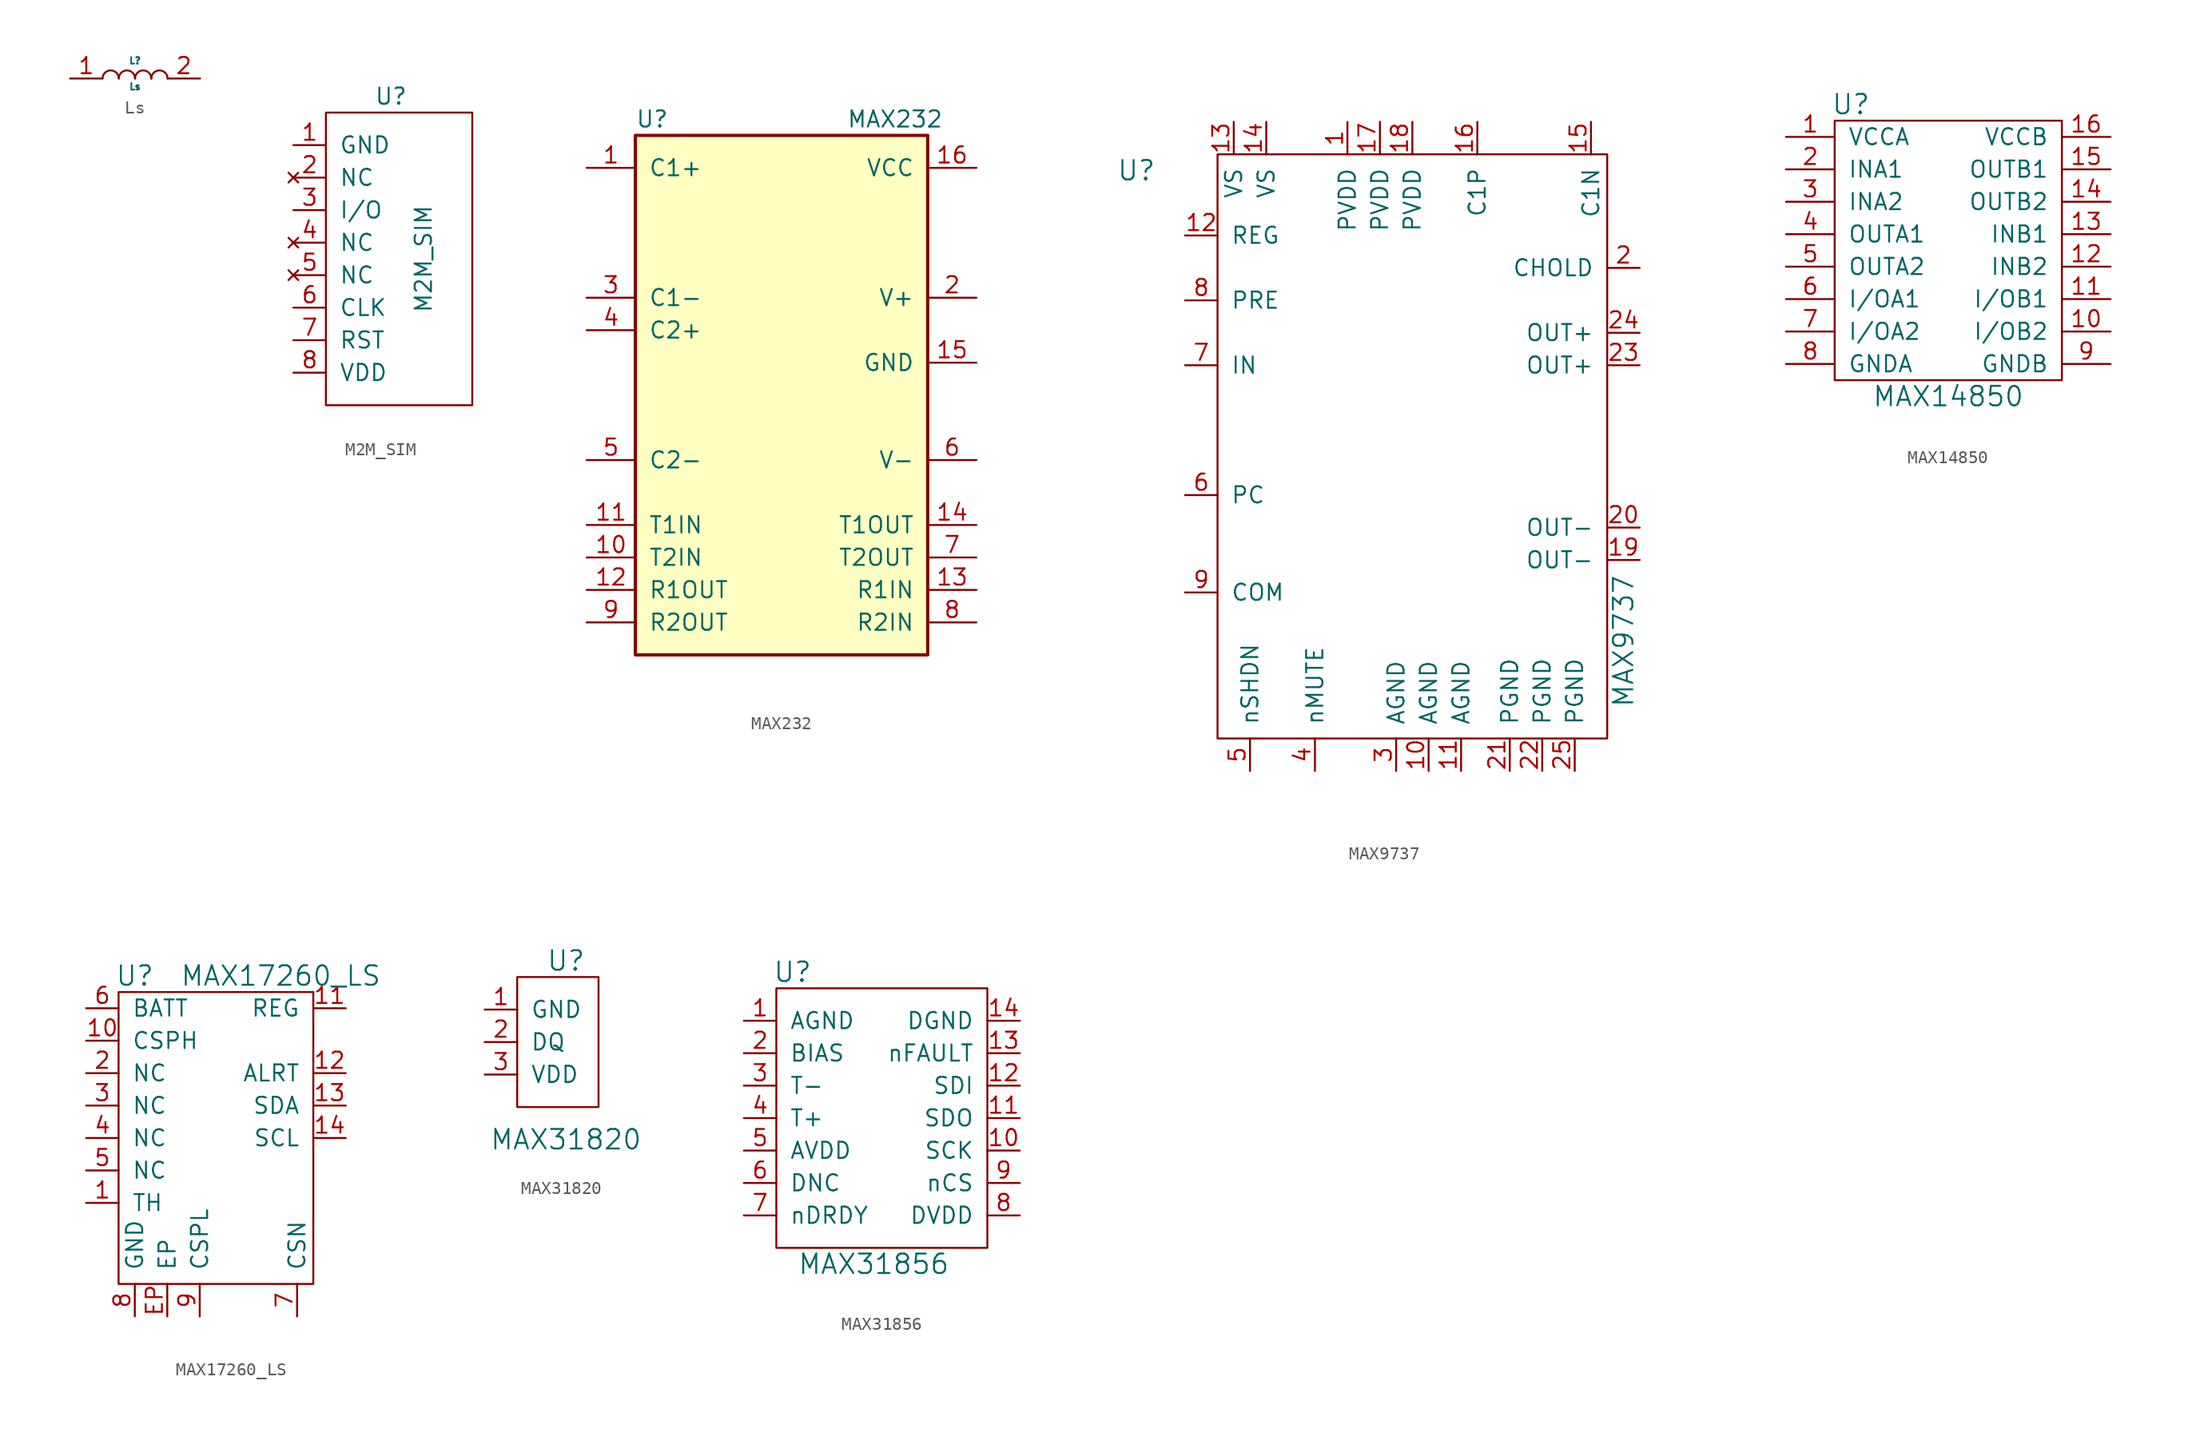
<source format=kicad_sym>
(kicad_symbol_lib
  (version 20210619)
  (generator kicad_symbol_editor)
  (symbol "tinkerforge:Ls"
    (pin_names
      (offset 1.016))
    (property "Reference" "L"
      (at 0 1.397 0)
      (effects (font (size 0.508 0.508))))
    (property "Value" "Ls"
      (at 0 -0.635 0)
      (effects (font (size 0.508 0.508))))
    (symbol "Ls_0_1"
      (arc (start -1.27 0) (end -2.54 0) (radius (at -1.905 0) (length 0.635) (angles 0.1 179.9)) (stroke (width 0)) (fill (type none)))
      (arc (start 0 0) (end -1.27 0) (radius (at -0.635 0) (length 0.635) (angles 0.1 179.9)) (stroke (width 0)) (fill (type none)))
      (arc (start 1.27 0) (end 0 0) (radius (at 0.635 0) (length 0.635) (angles 0.1 179.9)) (stroke (width 0)) (fill (type none)))
      (arc (start 2.54 0) (end 1.27 0) (radius (at 1.905 0) (length 0.635) (angles 0.1 179.9)) (stroke (width 0)) (fill (type none))))
    (symbol "Ls_1_1"
      (pin passive line (at -5.08 0 0) (length 2.54) (name "~" (effects (font (size 1.27 1.27)))) (number "1" (effects (font (size 1.27 1.27)))))
      (pin passive line (at 5.08 0 180) (length 2.54) (name "~" (effects (font (size 1.27 1.27)))) (number "2" (effects (font (size 1.27 1.27)))))))
  (symbol "tinkerforge:M2M_SIM"
    (pin_names
      (offset 1.016))
    (property "Reference" "U"
      (at 0 12.7 0)
      (effects (font (size 1.27 1.27))))
    (property "Value" "M2M_SIM"
      (at 2.54 0 90)
      (effects (font (size 1.27 1.27))))
    (symbol "M2M_SIM_0_1"
      (rectangle (start -5.08 11.43) (end 6.35 -11.43) (stroke (width 0)) (fill (type none))))
    (symbol "M2M_SIM_1_1"
      (pin passive line (at -7.62 8.89 0) (length 2.54) (name "GND" (effects (font (size 1.27 1.27)))) (number "1" (effects (font (size 1.27 1.27)))))
      (pin no_connect line (at -7.62 6.35 0) (length 2.54) (name "NC" (effects (font (size 1.27 1.27)))) (number "2" (effects (font (size 1.27 1.27)))))
      (pin bidirectional line (at -7.62 3.81 0) (length 2.54) (name "I/O" (effects (font (size 1.27 1.27)))) (number "3" (effects (font (size 1.27 1.27)))))
      (pin no_connect line (at -7.62 1.27 0) (length 2.54) (name "NC" (effects (font (size 1.27 1.27)))) (number "4" (effects (font (size 1.27 1.27)))))
      (pin no_connect line (at -7.62 -1.27 0) (length 2.54) (name "NC" (effects (font (size 1.27 1.27)))) (number "5" (effects (font (size 1.27 1.27)))))
      (pin input line (at -7.62 -3.81 0) (length 2.54) (name "CLK" (effects (font (size 1.27 1.27)))) (number "6" (effects (font (size 1.27 1.27)))))
      (pin input line (at -7.62 -6.35 0) (length 2.54) (name "RST" (effects (font (size 1.27 1.27)))) (number "7" (effects (font (size 1.27 1.27)))))
      (pin passive line (at -7.62 -8.89 0) (length 2.54) (name "VDD" (effects (font (size 1.27 1.27)))) (number "8" (effects (font (size 1.27 1.27)))))))
  (symbol "tinkerforge:MAX232"
    (pin_names
      (offset 1.016))
    (property "Reference" "U"
      (at -11.43 21.59 0)
      (effects (font (size 1.27 1.27)) (justify left)))
    (property "Value" "MAX232"
      (at 5.08 21.59 0)
      (effects (font (size 1.27 1.27)) (justify left)))
    (property "Footprint" ""
      (at 0 0 0)
      (effects (font (size 1.27 1.27))))
    (property "Datasheet" ""
      (at 0 0 0)
      (effects (font (size 1.27 1.27))))
    (symbol "MAX232_0_1"
      (rectangle (start -11.43 -20.32) (end 11.43 20.32) (stroke (width 0.254)) (fill (type background))))
    (symbol "MAX232_1_1"
      (pin passive line (at -15.24 17.78 0) (length 3.81) (name "C1+" (effects (font (size 1.27 1.27)))) (number "1" (effects (font (size 1.27 1.27)))))
      (pin input line (at -15.24 -12.7 0) (length 3.81) (name "T2IN" (effects (font (size 1.27 1.27)))) (number "10" (effects (font (size 1.27 1.27)))))
      (pin input line (at -15.24 -10.16 0) (length 3.81) (name "T1IN" (effects (font (size 1.27 1.27)))) (number "11" (effects (font (size 1.27 1.27)))))
      (pin output line (at -15.24 -15.24 0) (length 3.81) (name "R1OUT" (effects (font (size 1.27 1.27)))) (number "12" (effects (font (size 1.27 1.27)))))
      (pin input line (at 15.24 -15.24 180) (length 3.81) (name "R1IN" (effects (font (size 1.27 1.27)))) (number "13" (effects (font (size 1.27 1.27)))))
      (pin output line (at 15.24 -10.16 180) (length 3.81) (name "T1OUT" (effects (font (size 1.27 1.27)))) (number "14" (effects (font (size 1.27 1.27)))))
      (pin passive line (at 15.24 2.54 180) (length 3.81) (name "GND" (effects (font (size 1.27 1.27)))) (number "15" (effects (font (size 1.27 1.27)))))
      (pin passive line (at 15.24 17.78 180) (length 3.81) (name "VCC" (effects (font (size 1.27 1.27)))) (number "16" (effects (font (size 1.27 1.27)))))
      (pin passive line (at 15.24 7.62 180) (length 3.81) (name "V+" (effects (font (size 1.27 1.27)))) (number "2" (effects (font (size 1.27 1.27)))))
      (pin passive line (at -15.24 7.62 0) (length 3.81) (name "C1-" (effects (font (size 1.27 1.27)))) (number "3" (effects (font (size 1.27 1.27)))))
      (pin passive line (at -15.24 5.08 0) (length 3.81) (name "C2+" (effects (font (size 1.27 1.27)))) (number "4" (effects (font (size 1.27 1.27)))))
      (pin passive line (at -15.24 -5.08 0) (length 3.81) (name "C2-" (effects (font (size 1.27 1.27)))) (number "5" (effects (font (size 1.27 1.27)))))
      (pin passive line (at 15.24 -5.08 180) (length 3.81) (name "V-" (effects (font (size 1.27 1.27)))) (number "6" (effects (font (size 1.27 1.27)))))
      (pin output line (at 15.24 -12.7 180) (length 3.81) (name "T2OUT" (effects (font (size 1.27 1.27)))) (number "7" (effects (font (size 1.27 1.27)))))
      (pin input line (at 15.24 -17.78 180) (length 3.81) (name "R2IN" (effects (font (size 1.27 1.27)))) (number "8" (effects (font (size 1.27 1.27)))))
      (pin output line (at -15.24 -17.78 0) (length 3.81) (name "R2OUT" (effects (font (size 1.27 1.27)))) (number "9" (effects (font (size 1.27 1.27)))))))
  (symbol "tinkerforge:MAX9737"
    (pin_names
      (offset 1.016))
    (property "Reference" "U"
      (at -21.59 21.59 0)
      (effects (font (size 1.524 1.524))))
    (property "Value" "MAX9737"
      (at 16.51 -15.24 90)
      (effects (font (size 1.524 1.524))))
    (property "Footprint" ""
      (at 6.35 -10.16 0)
      (effects (font (size 1.524 1.524))))
    (property "Datasheet" ""
      (at 6.35 -10.16 0)
      (effects (font (size 1.524 1.524))))
    (symbol "MAX9737_0_1"
      (rectangle (start -15.24 22.86) (end 15.24 -22.86) (stroke (width 0)) (fill (type none))))
    (symbol "MAX9737_1_1"
      (pin passive line (at -5.08 25.4 270) (length 2.54) (name "PVDD" (effects (font (size 1.27 1.27)))) (number "1" (effects (font (size 1.27 1.27)))))
      (pin passive line (at 1.27 -25.4 90) (length 2.54) (name "AGND" (effects (font (size 1.27 1.27)))) (number "10" (effects (font (size 1.27 1.27)))))
      (pin passive line (at 3.81 -25.4 90) (length 2.54) (name "AGND" (effects (font (size 1.27 1.27)))) (number "11" (effects (font (size 1.27 1.27)))))
      (pin passive line (at -17.78 16.51 0) (length 2.54) (name "REG" (effects (font (size 1.27 1.27)))) (number "12" (effects (font (size 1.27 1.27)))))
      (pin passive line (at -13.97 25.4 270) (length 2.54) (name "VS" (effects (font (size 1.27 1.27)))) (number "13" (effects (font (size 1.27 1.27)))))
      (pin passive line (at -11.43 25.4 270) (length 2.54) (name "VS" (effects (font (size 1.27 1.27)))) (number "14" (effects (font (size 1.27 1.27)))))
      (pin passive line (at 13.97 25.4 270) (length 2.54) (name "C1N" (effects (font (size 1.27 1.27)))) (number "15" (effects (font (size 1.27 1.27)))))
      (pin passive line (at 5.08 25.4 270) (length 2.54) (name "C1P" (effects (font (size 1.27 1.27)))) (number "16" (effects (font (size 1.27 1.27)))))
      (pin passive line (at -2.54 25.4 270) (length 2.54) (name "PVDD" (effects (font (size 1.27 1.27)))) (number "17" (effects (font (size 1.27 1.27)))))
      (pin passive line (at 0 25.4 270) (length 2.54) (name "PVDD" (effects (font (size 1.27 1.27)))) (number "18" (effects (font (size 1.27 1.27)))))
      (pin passive line (at 17.78 -8.89 180) (length 2.54) (name "OUT-" (effects (font (size 1.27 1.27)))) (number "19" (effects (font (size 1.27 1.27)))))
      (pin passive line (at 17.78 13.97 180) (length 2.54) (name "CHOLD" (effects (font (size 1.27 1.27)))) (number "2" (effects (font (size 1.27 1.27)))))
      (pin passive line (at 17.78 -6.35 180) (length 2.54) (name "OUT-" (effects (font (size 1.27 1.27)))) (number "20" (effects (font (size 1.27 1.27)))))
      (pin passive line (at 7.62 -25.4 90) (length 2.54) (name "PGND" (effects (font (size 1.27 1.27)))) (number "21" (effects (font (size 1.27 1.27)))))
      (pin passive line (at 10.16 -25.4 90) (length 2.54) (name "PGND" (effects (font (size 1.27 1.27)))) (number "22" (effects (font (size 1.27 1.27)))))
      (pin passive line (at 17.78 6.35 180) (length 2.54) (name "OUT+" (effects (font (size 1.27 1.27)))) (number "23" (effects (font (size 1.27 1.27)))))
      (pin passive line (at 17.78 8.89 180) (length 2.54) (name "OUT+" (effects (font (size 1.27 1.27)))) (number "24" (effects (font (size 1.27 1.27)))))
      (pin passive line (at 12.7 -25.4 90) (length 2.54) (name "PGND" (effects (font (size 1.27 1.27)))) (number "25" (effects (font (size 1.27 1.27)))))
      (pin passive line (at -1.27 -25.4 90) (length 2.54) (name "AGND" (effects (font (size 1.27 1.27)))) (number "3" (effects (font (size 1.27 1.27)))))
      (pin passive line (at -7.62 -25.4 90) (length 2.54) (name "nMUTE" (effects (font (size 1.27 1.27)))) (number "4" (effects (font (size 1.27 1.27)))))
      (pin passive line (at -12.7 -25.4 90) (length 2.54) (name "nSHDN" (effects (font (size 1.27 1.27)))) (number "5" (effects (font (size 1.27 1.27)))))
      (pin passive line (at -17.78 -3.81 0) (length 2.54) (name "PC" (effects (font (size 1.27 1.27)))) (number "6" (effects (font (size 1.27 1.27)))))
      (pin passive line (at -17.78 6.35 0) (length 2.54) (name "IN" (effects (font (size 1.27 1.27)))) (number "7" (effects (font (size 1.27 1.27)))))
      (pin passive line (at -17.78 11.43 0) (length 2.54) (name "PRE" (effects (font (size 1.27 1.27)))) (number "8" (effects (font (size 1.27 1.27)))))
      (pin passive line (at -17.78 -11.43 0) (length 2.54) (name "COM" (effects (font (size 1.27 1.27)))) (number "9" (effects (font (size 1.27 1.27)))))))
  (symbol "tinkerforge:MAX14850"
    (pin_names
      (offset 1.016))
    (property "Reference" "U"
      (at -7.62 11.43 0)
      (effects (font (size 1.524 1.524))))
    (property "Value" "MAX14850"
      (at 0 -11.43 0)
      (effects (font (size 1.524 1.524))))
    (property "Footprint" ""
      (at 6.35 12.7 0)
      (effects (font (size 1.524 1.524))))
    (property "Datasheet" ""
      (at 6.35 12.7 0)
      (effects (font (size 1.524 1.524))))
    (symbol "MAX14850_0_1"
      (rectangle (start -8.89 10.16) (end 8.89 -10.16) (stroke (width 0)) (fill (type none))))
    (symbol "MAX14850_1_1"
      (pin passive line (at -12.7 8.89 0) (length 3.81) (name "VCCA" (effects (font (size 1.27 1.27)))) (number "1" (effects (font (size 1.27 1.27)))))
      (pin passive line (at 12.7 -6.35 180) (length 3.81) (name "I/OB2" (effects (font (size 1.27 1.27)))) (number "10" (effects (font (size 1.27 1.27)))))
      (pin passive line (at 12.7 -3.81 180) (length 3.81) (name "I/OB1" (effects (font (size 1.27 1.27)))) (number "11" (effects (font (size 1.27 1.27)))))
      (pin passive line (at 12.7 -1.27 180) (length 3.81) (name "INB2" (effects (font (size 1.27 1.27)))) (number "12" (effects (font (size 1.27 1.27)))))
      (pin passive line (at 12.7 1.27 180) (length 3.81) (name "INB1" (effects (font (size 1.27 1.27)))) (number "13" (effects (font (size 1.27 1.27)))))
      (pin passive line (at 12.7 3.81 180) (length 3.81) (name "OUTB2" (effects (font (size 1.27 1.27)))) (number "14" (effects (font (size 1.27 1.27)))))
      (pin passive line (at 12.7 6.35 180) (length 3.81) (name "OUTB1" (effects (font (size 1.27 1.27)))) (number "15" (effects (font (size 1.27 1.27)))))
      (pin passive line (at 12.7 8.89 180) (length 3.81) (name "VCCB" (effects (font (size 1.27 1.27)))) (number "16" (effects (font (size 1.27 1.27)))))
      (pin passive line (at -12.7 6.35 0) (length 3.81) (name "INA1" (effects (font (size 1.27 1.27)))) (number "2" (effects (font (size 1.27 1.27)))))
      (pin passive line (at -12.7 3.81 0) (length 3.81) (name "INA2" (effects (font (size 1.27 1.27)))) (number "3" (effects (font (size 1.27 1.27)))))
      (pin passive line (at -12.7 1.27 0) (length 3.81) (name "OUTA1" (effects (font (size 1.27 1.27)))) (number "4" (effects (font (size 1.27 1.27)))))
      (pin passive line (at -12.7 -1.27 0) (length 3.81) (name "OUTA2" (effects (font (size 1.27 1.27)))) (number "5" (effects (font (size 1.27 1.27)))))
      (pin passive line (at -12.7 -3.81 0) (length 3.81) (name "I/OA1" (effects (font (size 1.27 1.27)))) (number "6" (effects (font (size 1.27 1.27)))))
      (pin passive line (at -12.7 -6.35 0) (length 3.81) (name "I/OA2" (effects (font (size 1.27 1.27)))) (number "7" (effects (font (size 1.27 1.27)))))
      (pin passive line (at -12.7 -8.89 0) (length 3.81) (name "GNDA" (effects (font (size 1.27 1.27)))) (number "8" (effects (font (size 1.27 1.27)))))
      (pin passive line (at 12.7 -8.89 180) (length 3.81) (name "GNDB" (effects (font (size 1.27 1.27)))) (number "9" (effects (font (size 1.27 1.27)))))))
  (symbol "tinkerforge:MAX17260_LS"
    (pin_names
      (offset 1.016))
    (property "Reference" "U"
      (at -6.35 11.43 0)
      (effects (font (size 1.524 1.524))))
    (property "Value" "MAX17260_LS"
      (at 5.08 11.43 0)
      (effects (font (size 1.524 1.524))))
    (symbol "MAX17260_LS_0_1"
      (rectangle (start -7.62 10.16) (end 7.62 -12.7) (stroke (width 0)) (fill (type none))))
    (symbol "MAX17260_LS_1_1"
      (pin input line (at -10.16 -6.35 0) (length 2.54) (name "TH" (effects (font (size 1.27 1.27)))) (number "1" (effects (font (size 1.27 1.27)))))
      (pin input line (at -10.16 6.35 0) (length 2.54) (name "CSPH" (effects (font (size 1.27 1.27)))) (number "10" (effects (font (size 1.27 1.27)))))
      (pin input line (at 10.16 8.89 180) (length 2.54) (name "REG" (effects (font (size 1.27 1.27)))) (number "11" (effects (font (size 1.27 1.27)))))
      (pin input line (at 10.16 3.81 180) (length 2.54) (name "ALRT" (effects (font (size 1.27 1.27)))) (number "12" (effects (font (size 1.27 1.27)))))
      (pin input line (at 10.16 1.27 180) (length 2.54) (name "SDA" (effects (font (size 1.27 1.27)))) (number "13" (effects (font (size 1.27 1.27)))))
      (pin input line (at 10.16 -1.27 180) (length 2.54) (name "SCL" (effects (font (size 1.27 1.27)))) (number "14" (effects (font (size 1.27 1.27)))))
      (pin input line (at -10.16 3.81 0) (length 2.54) (name "NC" (effects (font (size 1.27 1.27)))) (number "2" (effects (font (size 1.27 1.27)))))
      (pin input line (at -10.16 1.27 0) (length 2.54) (name "NC" (effects (font (size 1.27 1.27)))) (number "3" (effects (font (size 1.27 1.27)))))
      (pin input line (at -10.16 -1.27 0) (length 2.54) (name "NC" (effects (font (size 1.27 1.27)))) (number "4" (effects (font (size 1.27 1.27)))))
      (pin input line (at -10.16 -3.81 0) (length 2.54) (name "NC" (effects (font (size 1.27 1.27)))) (number "5" (effects (font (size 1.27 1.27)))))
      (pin input line (at -10.16 8.89 0) (length 2.54) (name "BATT" (effects (font (size 1.27 1.27)))) (number "6" (effects (font (size 1.27 1.27)))))
      (pin input line (at 6.35 -15.24 90) (length 2.54) (name "CSN" (effects (font (size 1.27 1.27)))) (number "7" (effects (font (size 1.27 1.27)))))
      (pin input line (at -6.35 -15.24 90) (length 2.54) (name "GND" (effects (font (size 1.27 1.27)))) (number "8" (effects (font (size 1.27 1.27)))))
      (pin input line (at -1.27 -15.24 90) (length 2.54) (name "CSPL" (effects (font (size 1.27 1.27)))) (number "9" (effects (font (size 1.27 1.27)))))
      (pin input line (at -3.81 -15.24 90) (length 2.54) (name "EP" (effects (font (size 1.27 1.27)))) (number "EP" (effects (font (size 1.27 1.27)))))))
  (symbol "tinkerforge:MAX31820"
    (pin_names
      (offset 1.016))
    (property "Reference" "U"
      (at 0 6.35 0)
      (effects (font (size 1.524 1.524))))
    (property "Value" "MAX31820"
      (at 0 -7.62 0)
      (effects (font (size 1.524 1.524))))
    (property "Footprint" ""
      (at 0 0 0)
      (effects (font (size 1.524 1.524))))
    (property "Datasheet" ""
      (at 0 0 0)
      (effects (font (size 1.524 1.524))))
    (symbol "MAX31820_0_1"
      (rectangle (start -3.81 5.08) (end 2.54 -5.08) (stroke (width 0)) (fill (type none))))
    (symbol "MAX31820_1_1"
      (pin passive line (at -6.35 2.54 0) (length 2.54) (name "GND" (effects (font (size 1.27 1.27)))) (number "1" (effects (font (size 1.27 1.27)))))
      (pin passive line (at -6.35 0 0) (length 2.54) (name "DQ" (effects (font (size 1.27 1.27)))) (number "2" (effects (font (size 1.27 1.27)))))
      (pin passive line (at -6.35 -2.54 0) (length 2.54) (name "VDD" (effects (font (size 1.27 1.27)))) (number "3" (effects (font (size 1.27 1.27)))))))
  (symbol "tinkerforge:MAX31856"
    (pin_names
      (offset 1.016))
    (property "Reference" "U"
      (at -6.35 10.16 0)
      (effects (font (size 1.524 1.524))))
    (property "Value" "MAX31856"
      (at 0 -12.7 0)
      (effects (font (size 1.524 1.524))))
    (property "Footprint" ""
      (at 11.43 2.54 0)
      (effects (font (size 1.524 1.524))))
    (property "Datasheet" ""
      (at 11.43 2.54 0)
      (effects (font (size 1.524 1.524))))
    (symbol "MAX31856_0_1"
      (rectangle (start -7.62 8.89) (end 8.89 -11.43) (stroke (width 0)) (fill (type none))))
    (symbol "MAX31856_1_1"
      (pin input line (at -10.16 6.35 0) (length 2.54) (name "AGND" (effects (font (size 1.27 1.27)))) (number "1" (effects (font (size 1.27 1.27)))))
      (pin input line (at 11.43 -3.81 180) (length 2.54) (name "SCK" (effects (font (size 1.27 1.27)))) (number "10" (effects (font (size 1.27 1.27)))))
      (pin input line (at 11.43 -1.27 180) (length 2.54) (name "SDO" (effects (font (size 1.27 1.27)))) (number "11" (effects (font (size 1.27 1.27)))))
      (pin input line (at 11.43 1.27 180) (length 2.54) (name "SDI" (effects (font (size 1.27 1.27)))) (number "12" (effects (font (size 1.27 1.27)))))
      (pin input line (at 11.43 3.81 180) (length 2.54) (name "nFAULT" (effects (font (size 1.27 1.27)))) (number "13" (effects (font (size 1.27 1.27)))))
      (pin input line (at 11.43 6.35 180) (length 2.54) (name "DGND" (effects (font (size 1.27 1.27)))) (number "14" (effects (font (size 1.27 1.27)))))
      (pin input line (at -10.16 3.81 0) (length 2.54) (name "BIAS" (effects (font (size 1.27 1.27)))) (number "2" (effects (font (size 1.27 1.27)))))
      (pin input line (at -10.16 1.27 0) (length 2.54) (name "T-" (effects (font (size 1.27 1.27)))) (number "3" (effects (font (size 1.27 1.27)))))
      (pin input line (at -10.16 -1.27 0) (length 2.54) (name "T+" (effects (font (size 1.27 1.27)))) (number "4" (effects (font (size 1.27 1.27)))))
      (pin input line (at -10.16 -3.81 0) (length 2.54) (name "AVDD" (effects (font (size 1.27 1.27)))) (number "5" (effects (font (size 1.27 1.27)))))
      (pin input line (at -10.16 -6.35 0) (length 2.54) (name "DNC" (effects (font (size 1.27 1.27)))) (number "6" (effects (font (size 1.27 1.27)))))
      (pin input line (at -10.16 -8.89 0) (length 2.54) (name "nDRDY" (effects (font (size 1.27 1.27)))) (number "7" (effects (font (size 1.27 1.27)))))
      (pin input line (at 11.43 -8.89 180) (length 2.54) (name "DVDD" (effects (font (size 1.27 1.27)))) (number "8" (effects (font (size 1.27 1.27)))))
      (pin input line (at 11.43 -6.35 180) (length 2.54) (name "nCS" (effects (font (size 1.27 1.27)))) (number "9" (effects (font (size 1.27 1.27))))))))
</source>
